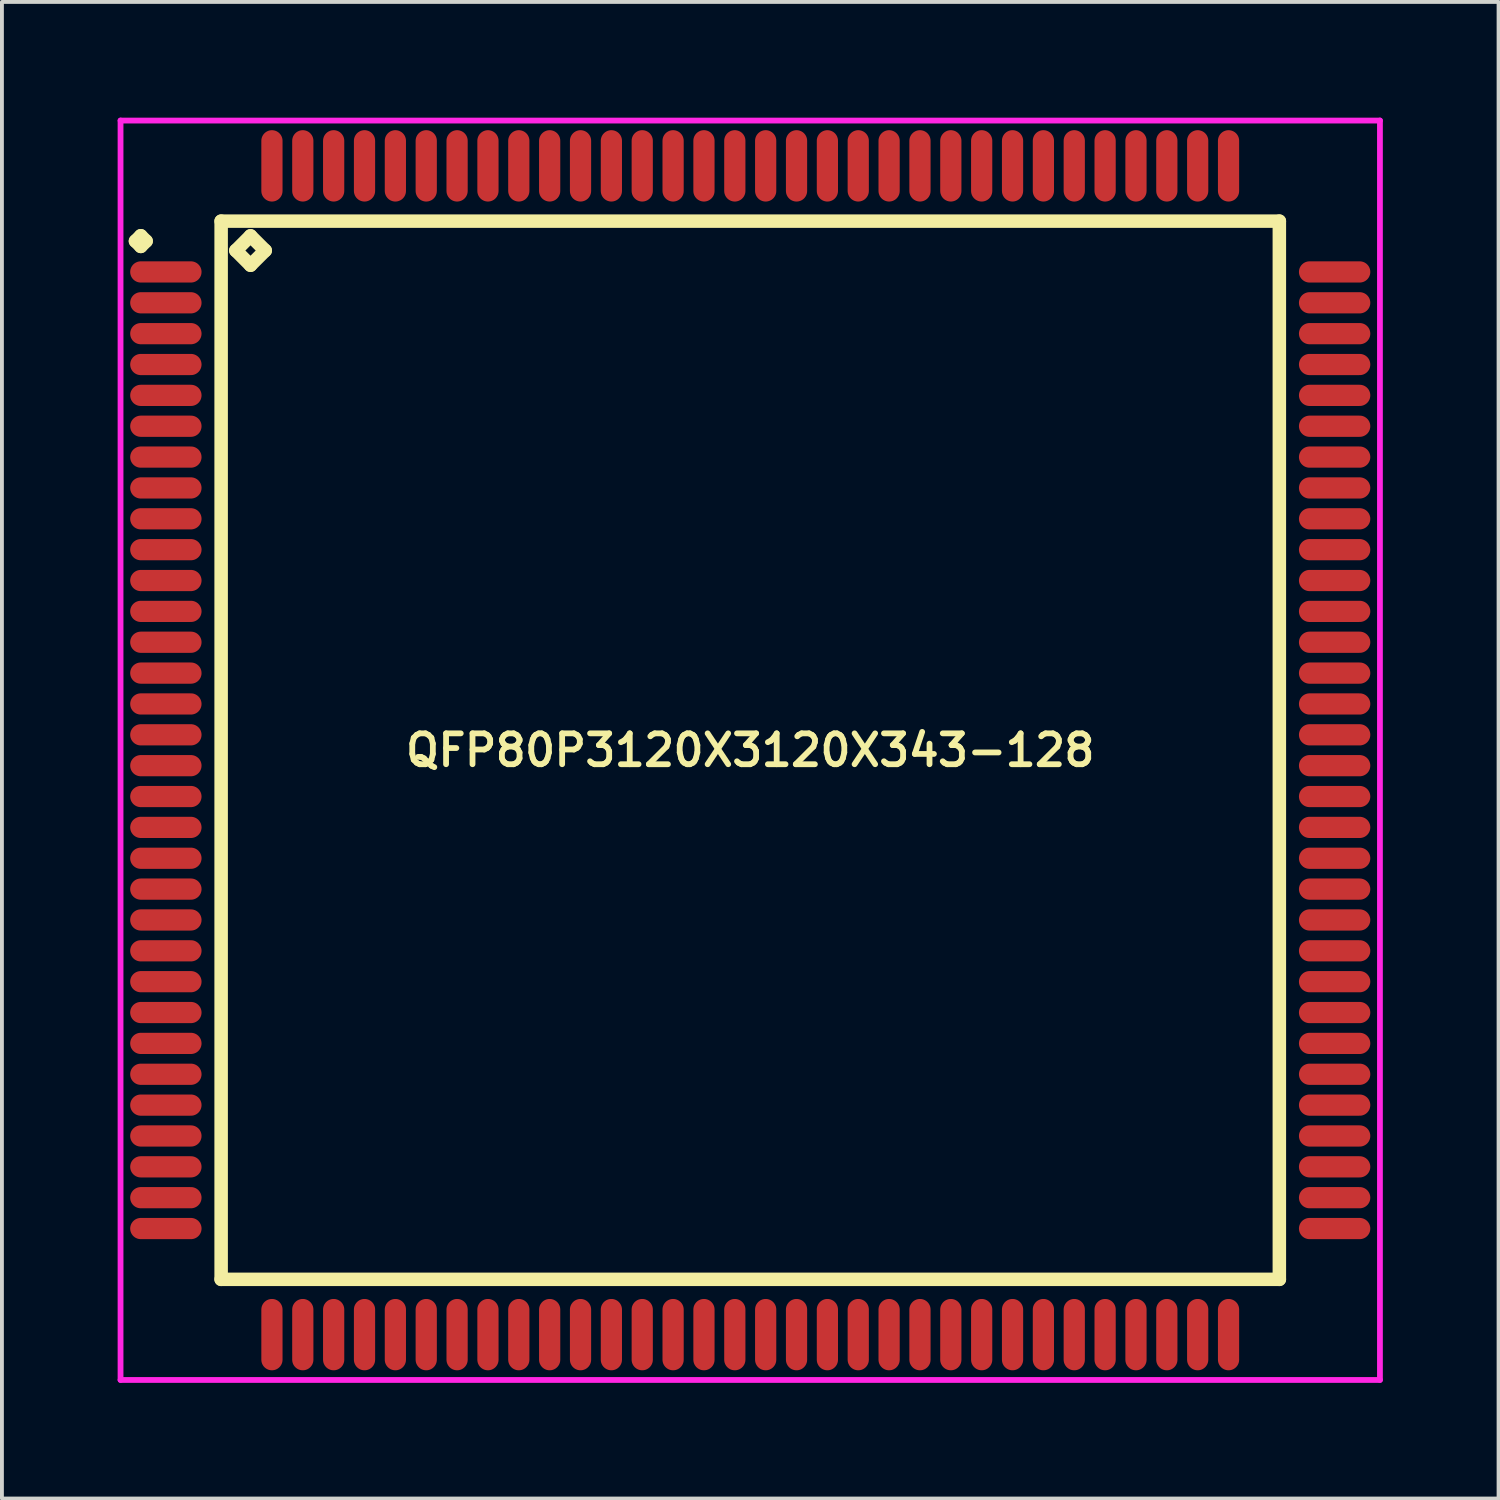
<source format=kicad_pcb>
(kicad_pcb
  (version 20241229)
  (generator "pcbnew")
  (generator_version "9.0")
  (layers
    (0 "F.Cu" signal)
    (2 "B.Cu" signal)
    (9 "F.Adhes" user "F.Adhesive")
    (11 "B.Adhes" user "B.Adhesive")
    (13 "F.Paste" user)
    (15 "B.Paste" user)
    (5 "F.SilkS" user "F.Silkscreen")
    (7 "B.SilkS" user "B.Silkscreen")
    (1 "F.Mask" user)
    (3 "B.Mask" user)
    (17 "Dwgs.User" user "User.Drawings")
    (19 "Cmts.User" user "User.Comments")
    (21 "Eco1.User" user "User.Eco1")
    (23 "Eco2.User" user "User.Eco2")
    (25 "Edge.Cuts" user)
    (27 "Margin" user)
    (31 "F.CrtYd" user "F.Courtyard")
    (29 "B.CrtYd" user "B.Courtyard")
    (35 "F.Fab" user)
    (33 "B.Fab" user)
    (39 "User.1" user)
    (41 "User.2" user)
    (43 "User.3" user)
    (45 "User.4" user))
  (footprint "QFP80P3120X3120X343-128"
    (layer "F.Cu")
    (at 16.4 16.4)
    (property "Reference" "QFP80P3120X3120X343-128" (at 0 0 0) (layer "F.SilkS") (effects (font (size 0.8 0.8) (thickness 0.15))))
    (attr through_hole)
    (fp_line (start -15.938 -13.2) (end -15.8 -13.338) (stroke (width 0.35) (type solid)) (layer "F.SilkS"))
    (fp_line (start -15.8 -13.338) (end -15.662 -13.2) (stroke (width 0.35) (type solid)) (layer "F.SilkS"))
    (fp_line (start -15.8 -13.062) (end -15.938 -13.2) (stroke (width 0.35) (type solid)) (layer "F.SilkS"))
    (fp_line (start -15.662 -13.2) (end -15.8 -13.062) (stroke (width 0.35) (type solid)) (layer "F.SilkS"))
    (fp_line (start -13.717 -13.717) (end -13.717 13.717) (stroke (width 0.35) (type solid)) (layer "F.SilkS"))
    (fp_line (start -13.717 13.717) (end 13.717 13.717) (stroke (width 0.35) (type solid)) (layer "F.SilkS"))
    (fp_line (start -13.336 -12.955) (end -12.955 -13.336) (stroke (width 0.35) (type solid)) (layer "F.SilkS"))
    (fp_line (start -12.955 -13.336) (end -12.574 -12.955) (stroke (width 0.35) (type solid)) (layer "F.SilkS"))
    (fp_line (start -12.955 -12.574) (end -13.336 -12.955) (stroke (width 0.35) (type solid)) (layer "F.SilkS"))
    (fp_line (start -12.574 -12.955) (end -12.955 -12.574) (stroke (width 0.35) (type solid)) (layer "F.SilkS"))
    (fp_line (start 13.717 -13.717) (end -13.717 -13.717) (stroke (width 0.35) (type solid)) (layer "F.SilkS"))
    (fp_line (start 13.717 13.717) (end 13.717 -13.717) (stroke (width 0.35) (type solid)) (layer "F.SilkS"))
    (fp_line (start -16.325 -16.325) (end 16.325 -16.325) (stroke (width 0.15) (type solid)) (layer "F.CrtYd"))
    (fp_line (start -16.325 16.325) (end -16.325 -16.325) (stroke (width 0.15) (type solid)) (layer "F.CrtYd"))
    (fp_line (start 16.325 -16.325) (end 16.325 16.325) (stroke (width 0.15) (type solid)) (layer "F.CrtYd"))
    (fp_line (start 16.325 16.325) (end -16.325 16.325) (stroke (width 0.15) (type solid)) (layer "F.CrtYd"))
    (pad "1" smd oval (at -15.15 -12.4) (size 1.85 0.55) (layers "F.Cu" "F.Mask" "F.Paste"))
    (pad "2" smd oval (at -15.15 -11.6) (size 1.85 0.55) (layers "F.Cu" "F.Mask" "F.Paste"))
    (pad "3" smd oval (at -15.15 -10.8) (size 1.85 0.55) (layers "F.Cu" "F.Mask" "F.Paste"))
    (pad "4" smd oval (at -15.15 -10) (size 1.85 0.55) (layers "F.Cu" "F.Mask" "F.Paste"))
    (pad "5" smd oval (at -15.15 -9.2) (size 1.85 0.55) (layers "F.Cu" "F.Mask" "F.Paste"))
    (pad "6" smd oval (at -15.15 -8.4) (size 1.85 0.55) (layers "F.Cu" "F.Mask" "F.Paste"))
    (pad "7" smd oval (at -15.15 -7.6) (size 1.85 0.55) (layers "F.Cu" "F.Mask" "F.Paste"))
    (pad "8" smd oval (at -15.15 -6.8) (size 1.85 0.55) (layers "F.Cu" "F.Mask" "F.Paste"))
    (pad "9" smd oval (at -15.15 -6) (size 1.85 0.55) (layers "F.Cu" "F.Mask" "F.Paste"))
    (pad "10" smd oval (at -15.15 -5.2) (size 1.85 0.55) (layers "F.Cu" "F.Mask" "F.Paste"))
    (pad "11" smd oval (at -15.15 -4.4) (size 1.85 0.55) (layers "F.Cu" "F.Mask" "F.Paste"))
    (pad "12" smd oval (at -15.15 -3.6) (size 1.85 0.55) (layers "F.Cu" "F.Mask" "F.Paste"))
    (pad "13" smd oval (at -15.15 -2.8) (size 1.85 0.55) (layers "F.Cu" "F.Mask" "F.Paste"))
    (pad "14" smd oval (at -15.15 -2) (size 1.85 0.55) (layers "F.Cu" "F.Mask" "F.Paste"))
    (pad "15" smd oval (at -15.15 -1.2) (size 1.85 0.55) (layers "F.Cu" "F.Mask" "F.Paste"))
    (pad "16" smd oval (at -15.15 -0.4) (size 1.85 0.55) (layers "F.Cu" "F.Mask" "F.Paste"))
    (pad "17" smd oval (at -15.15 0.4) (size 1.85 0.55) (layers "F.Cu" "F.Mask" "F.Paste"))
    (pad "18" smd oval (at -15.15 1.2) (size 1.85 0.55) (layers "F.Cu" "F.Mask" "F.Paste"))
    (pad "19" smd oval (at -15.15 2) (size 1.85 0.55) (layers "F.Cu" "F.Mask" "F.Paste"))
    (pad "20" smd oval (at -15.15 2.8) (size 1.85 0.55) (layers "F.Cu" "F.Mask" "F.Paste"))
    (pad "21" smd oval (at -15.15 3.6) (size 1.85 0.55) (layers "F.Cu" "F.Mask" "F.Paste"))
    (pad "22" smd oval (at -15.15 4.4) (size 1.85 0.55) (layers "F.Cu" "F.Mask" "F.Paste"))
    (pad "23" smd oval (at -15.15 5.2) (size 1.85 0.55) (layers "F.Cu" "F.Mask" "F.Paste"))
    (pad "24" smd oval (at -15.15 6) (size 1.85 0.55) (layers "F.Cu" "F.Mask" "F.Paste"))
    (pad "25" smd oval (at -15.15 6.8) (size 1.85 0.55) (layers "F.Cu" "F.Mask" "F.Paste"))
    (pad "26" smd oval (at -15.15 7.6) (size 1.85 0.55) (layers "F.Cu" "F.Mask" "F.Paste"))
    (pad "27" smd oval (at -15.15 8.4) (size 1.85 0.55) (layers "F.Cu" "F.Mask" "F.Paste"))
    (pad "28" smd oval (at -15.15 9.2) (size 1.85 0.55) (layers "F.Cu" "F.Mask" "F.Paste"))
    (pad "29" smd oval (at -15.15 10) (size 1.85 0.55) (layers "F.Cu" "F.Mask" "F.Paste"))
    (pad "30" smd oval (at -15.15 10.8) (size 1.85 0.55) (layers "F.Cu" "F.Mask" "F.Paste"))
    (pad "31" smd oval (at -15.15 11.6) (size 1.85 0.55) (layers "F.Cu" "F.Mask" "F.Paste"))
    (pad "32" smd oval (at -15.15 12.4) (size 1.85 0.55) (layers "F.Cu" "F.Mask" "F.Paste"))
    (pad "33" smd oval (at -12.4 15.15) (size 0.55 1.85) (layers "F.Cu" "F.Mask" "F.Paste"))
    (pad "34" smd oval (at -11.6 15.15) (size 0.55 1.85) (layers "F.Cu" "F.Mask" "F.Paste"))
    (pad "35" smd oval (at -10.8 15.15) (size 0.55 1.85) (layers "F.Cu" "F.Mask" "F.Paste"))
    (pad "36" smd oval (at -10 15.15) (size 0.55 1.85) (layers "F.Cu" "F.Mask" "F.Paste"))
    (pad "37" smd oval (at -9.2 15.15) (size 0.55 1.85) (layers "F.Cu" "F.Mask" "F.Paste"))
    (pad "38" smd oval (at -8.4 15.15) (size 0.55 1.85) (layers "F.Cu" "F.Mask" "F.Paste"))
    (pad "39" smd oval (at -7.6 15.15) (size 0.55 1.85) (layers "F.Cu" "F.Mask" "F.Paste"))
    (pad "40" smd oval (at -6.8 15.15) (size 0.55 1.85) (layers "F.Cu" "F.Mask" "F.Paste"))
    (pad "41" smd oval (at -6 15.15) (size 0.55 1.85) (layers "F.Cu" "F.Mask" "F.Paste"))
    (pad "42" smd oval (at -5.2 15.15) (size 0.55 1.85) (layers "F.Cu" "F.Mask" "F.Paste"))
    (pad "43" smd oval (at -4.4 15.15) (size 0.55 1.85) (layers "F.Cu" "F.Mask" "F.Paste"))
    (pad "44" smd oval (at -3.6 15.15) (size 0.55 1.85) (layers "F.Cu" "F.Mask" "F.Paste"))
    (pad "45" smd oval (at -2.8 15.15) (size 0.55 1.85) (layers "F.Cu" "F.Mask" "F.Paste"))
    (pad "46" smd oval (at -2 15.15) (size 0.55 1.85) (layers "F.Cu" "F.Mask" "F.Paste"))
    (pad "47" smd oval (at -1.2 15.15) (size 0.55 1.85) (layers "F.Cu" "F.Mask" "F.Paste"))
    (pad "48" smd oval (at -0.4 15.15) (size 0.55 1.85) (layers "F.Cu" "F.Mask" "F.Paste"))
    (pad "49" smd oval (at 0.4 15.15) (size 0.55 1.85) (layers "F.Cu" "F.Mask" "F.Paste"))
    (pad "50" smd oval (at 1.2 15.15) (size 0.55 1.85) (layers "F.Cu" "F.Mask" "F.Paste"))
    (pad "51" smd oval (at 2 15.15) (size 0.55 1.85) (layers "F.Cu" "F.Mask" "F.Paste"))
    (pad "52" smd oval (at 2.8 15.15) (size 0.55 1.85) (layers "F.Cu" "F.Mask" "F.Paste"))
    (pad "53" smd oval (at 3.6 15.15) (size 0.55 1.85) (layers "F.Cu" "F.Mask" "F.Paste"))
    (pad "54" smd oval (at 4.4 15.15) (size 0.55 1.85) (layers "F.Cu" "F.Mask" "F.Paste"))
    (pad "55" smd oval (at 5.2 15.15) (size 0.55 1.85) (layers "F.Cu" "F.Mask" "F.Paste"))
    (pad "56" smd oval (at 6 15.15) (size 0.55 1.85) (layers "F.Cu" "F.Mask" "F.Paste"))
    (pad "57" smd oval (at 6.8 15.15) (size 0.55 1.85) (layers "F.Cu" "F.Mask" "F.Paste"))
    (pad "58" smd oval (at 7.6 15.15) (size 0.55 1.85) (layers "F.Cu" "F.Mask" "F.Paste"))
    (pad "59" smd oval (at 8.4 15.15) (size 0.55 1.85) (layers "F.Cu" "F.Mask" "F.Paste"))
    (pad "60" smd oval (at 9.2 15.15) (size 0.55 1.85) (layers "F.Cu" "F.Mask" "F.Paste"))
    (pad "61" smd oval (at 10 15.15) (size 0.55 1.85) (layers "F.Cu" "F.Mask" "F.Paste"))
    (pad "62" smd oval (at 10.8 15.15) (size 0.55 1.85) (layers "F.Cu" "F.Mask" "F.Paste"))
    (pad "63" smd oval (at 11.6 15.15) (size 0.55 1.85) (layers "F.Cu" "F.Mask" "F.Paste"))
    (pad "64" smd oval (at 12.4 15.15) (size 0.55 1.85) (layers "F.Cu" "F.Mask" "F.Paste"))
    (pad "65" smd oval (at 15.15 12.4) (size 1.85 0.55) (layers "F.Cu" "F.Mask" "F.Paste"))
    (pad "66" smd oval (at 15.15 11.6) (size 1.85 0.55) (layers "F.Cu" "F.Mask" "F.Paste"))
    (pad "67" smd oval (at 15.15 10.8) (size 1.85 0.55) (layers "F.Cu" "F.Mask" "F.Paste"))
    (pad "68" smd oval (at 15.15 10) (size 1.85 0.55) (layers "F.Cu" "F.Mask" "F.Paste"))
    (pad "69" smd oval (at 15.15 9.2) (size 1.85 0.55) (layers "F.Cu" "F.Mask" "F.Paste"))
    (pad "70" smd oval (at 15.15 8.4) (size 1.85 0.55) (layers "F.Cu" "F.Mask" "F.Paste"))
    (pad "71" smd oval (at 15.15 7.6) (size 1.85 0.55) (layers "F.Cu" "F.Mask" "F.Paste"))
    (pad "72" smd oval (at 15.15 6.8) (size 1.85 0.55) (layers "F.Cu" "F.Mask" "F.Paste"))
    (pad "73" smd oval (at 15.15 6) (size 1.85 0.55) (layers "F.Cu" "F.Mask" "F.Paste"))
    (pad "74" smd oval (at 15.15 5.2) (size 1.85 0.55) (layers "F.Cu" "F.Mask" "F.Paste"))
    (pad "75" smd oval (at 15.15 4.4) (size 1.85 0.55) (layers "F.Cu" "F.Mask" "F.Paste"))
    (pad "76" smd oval (at 15.15 3.6) (size 1.85 0.55) (layers "F.Cu" "F.Mask" "F.Paste"))
    (pad "77" smd oval (at 15.15 2.8) (size 1.85 0.55) (layers "F.Cu" "F.Mask" "F.Paste"))
    (pad "78" smd oval (at 15.15 2) (size 1.85 0.55) (layers "F.Cu" "F.Mask" "F.Paste"))
    (pad "79" smd oval (at 15.15 1.2) (size 1.85 0.55) (layers "F.Cu" "F.Mask" "F.Paste"))
    (pad "80" smd oval (at 15.15 0.4) (size 1.85 0.55) (layers "F.Cu" "F.Mask" "F.Paste"))
    (pad "81" smd oval (at 15.15 -0.4) (size 1.85 0.55) (layers "F.Cu" "F.Mask" "F.Paste"))
    (pad "82" smd oval (at 15.15 -1.2) (size 1.85 0.55) (layers "F.Cu" "F.Mask" "F.Paste"))
    (pad "83" smd oval (at 15.15 -2) (size 1.85 0.55) (layers "F.Cu" "F.Mask" "F.Paste"))
    (pad "84" smd oval (at 15.15 -2.8) (size 1.85 0.55) (layers "F.Cu" "F.Mask" "F.Paste"))
    (pad "85" smd oval (at 15.15 -3.6) (size 1.85 0.55) (layers "F.Cu" "F.Mask" "F.Paste"))
    (pad "86" smd oval (at 15.15 -4.4) (size 1.85 0.55) (layers "F.Cu" "F.Mask" "F.Paste"))
    (pad "87" smd oval (at 15.15 -5.2) (size 1.85 0.55) (layers "F.Cu" "F.Mask" "F.Paste"))
    (pad "88" smd oval (at 15.15 -6) (size 1.85 0.55) (layers "F.Cu" "F.Mask" "F.Paste"))
    (pad "89" smd oval (at 15.15 -6.8) (size 1.85 0.55) (layers "F.Cu" "F.Mask" "F.Paste"))
    (pad "90" smd oval (at 15.15 -7.6) (size 1.85 0.55) (layers "F.Cu" "F.Mask" "F.Paste"))
    (pad "91" smd oval (at 15.15 -8.4) (size 1.85 0.55) (layers "F.Cu" "F.Mask" "F.Paste"))
    (pad "92" smd oval (at 15.15 -9.2) (size 1.85 0.55) (layers "F.Cu" "F.Mask" "F.Paste"))
    (pad "93" smd oval (at 15.15 -10) (size 1.85 0.55) (layers "F.Cu" "F.Mask" "F.Paste"))
    (pad "94" smd oval (at 15.15 -10.8) (size 1.85 0.55) (layers "F.Cu" "F.Mask" "F.Paste"))
    (pad "95" smd oval (at 15.15 -11.6) (size 1.85 0.55) (layers "F.Cu" "F.Mask" "F.Paste"))
    (pad "96" smd oval (at 15.15 -12.4) (size 1.85 0.55) (layers "F.Cu" "F.Mask" "F.Paste"))
    (pad "97" smd oval (at 12.4 -15.15) (size 0.55 1.85) (layers "F.Cu" "F.Mask" "F.Paste"))
    (pad "98" smd oval (at 11.6 -15.15) (size 0.55 1.85) (layers "F.Cu" "F.Mask" "F.Paste"))
    (pad "99" smd oval (at 10.8 -15.15) (size 0.55 1.85) (layers "F.Cu" "F.Mask" "F.Paste"))
    (pad "100" smd oval (at 10 -15.15) (size 0.55 1.85) (layers "F.Cu" "F.Mask" "F.Paste"))
    (pad "101" smd oval (at 9.2 -15.15) (size 0.55 1.85) (layers "F.Cu" "F.Mask" "F.Paste"))
    (pad "102" smd oval (at 8.4 -15.15) (size 0.55 1.85) (layers "F.Cu" "F.Mask" "F.Paste"))
    (pad "103" smd oval (at 7.6 -15.15) (size 0.55 1.85) (layers "F.Cu" "F.Mask" "F.Paste"))
    (pad "104" smd oval (at 6.8 -15.15) (size 0.55 1.85) (layers "F.Cu" "F.Mask" "F.Paste"))
    (pad "105" smd oval (at 6 -15.15) (size 0.55 1.85) (layers "F.Cu" "F.Mask" "F.Paste"))
    (pad "106" smd oval (at 5.2 -15.15) (size 0.55 1.85) (layers "F.Cu" "F.Mask" "F.Paste"))
    (pad "107" smd oval (at 4.4 -15.15) (size 0.55 1.85) (layers "F.Cu" "F.Mask" "F.Paste"))
    (pad "108" smd oval (at 3.6 -15.15) (size 0.55 1.85) (layers "F.Cu" "F.Mask" "F.Paste"))
    (pad "109" smd oval (at 2.8 -15.15) (size 0.55 1.85) (layers "F.Cu" "F.Mask" "F.Paste"))
    (pad "110" smd oval (at 2 -15.15) (size 0.55 1.85) (layers "F.Cu" "F.Mask" "F.Paste"))
    (pad "111" smd oval (at 1.2 -15.15) (size 0.55 1.85) (layers "F.Cu" "F.Mask" "F.Paste"))
    (pad "112" smd oval (at 0.4 -15.15) (size 0.55 1.85) (layers "F.Cu" "F.Mask" "F.Paste"))
    (pad "113" smd oval (at -0.4 -15.15) (size 0.55 1.85) (layers "F.Cu" "F.Mask" "F.Paste"))
    (pad "114" smd oval (at -1.2 -15.15) (size 0.55 1.85) (layers "F.Cu" "F.Mask" "F.Paste"))
    (pad "115" smd oval (at -2 -15.15) (size 0.55 1.85) (layers "F.Cu" "F.Mask" "F.Paste"))
    (pad "116" smd oval (at -2.8 -15.15) (size 0.55 1.85) (layers "F.Cu" "F.Mask" "F.Paste"))
    (pad "117" smd oval (at -3.6 -15.15) (size 0.55 1.85) (layers "F.Cu" "F.Mask" "F.Paste"))
    (pad "118" smd oval (at -4.4 -15.15) (size 0.55 1.85) (layers "F.Cu" "F.Mask" "F.Paste"))
    (pad "119" smd oval (at -5.2 -15.15) (size 0.55 1.85) (layers "F.Cu" "F.Mask" "F.Paste"))
    (pad "120" smd oval (at -6 -15.15) (size 0.55 1.85) (layers "F.Cu" "F.Mask" "F.Paste"))
    (pad "121" smd oval (at -6.8 -15.15) (size 0.55 1.85) (layers "F.Cu" "F.Mask" "F.Paste"))
    (pad "122" smd oval (at -7.6 -15.15) (size 0.55 1.85) (layers "F.Cu" "F.Mask" "F.Paste"))
    (pad "123" smd oval (at -8.4 -15.15) (size 0.55 1.85) (layers "F.Cu" "F.Mask" "F.Paste"))
    (pad "124" smd oval (at -9.2 -15.15) (size 0.55 1.85) (layers "F.Cu" "F.Mask" "F.Paste"))
    (pad "125" smd oval (at -10 -15.15) (size 0.55 1.85) (layers "F.Cu" "F.Mask" "F.Paste"))
    (pad "126" smd oval (at -10.8 -15.15) (size 0.55 1.85) (layers "F.Cu" "F.Mask" "F.Paste"))
    (pad "127" smd oval (at -11.6 -15.15) (size 0.55 1.85) (layers "F.Cu" "F.Mask" "F.Paste"))
    (pad "128" smd oval (at -12.4 -15.15) (size 0.55 1.85) (layers "F.Cu" "F.Mask" "F.Paste")))
  (gr_rect
    (start -3 -3)
    (end 35.8 35.8)
    (stroke (width 0.1) (type default))
    (fill no)
    (layer "Edge.Cuts")))
</source>
